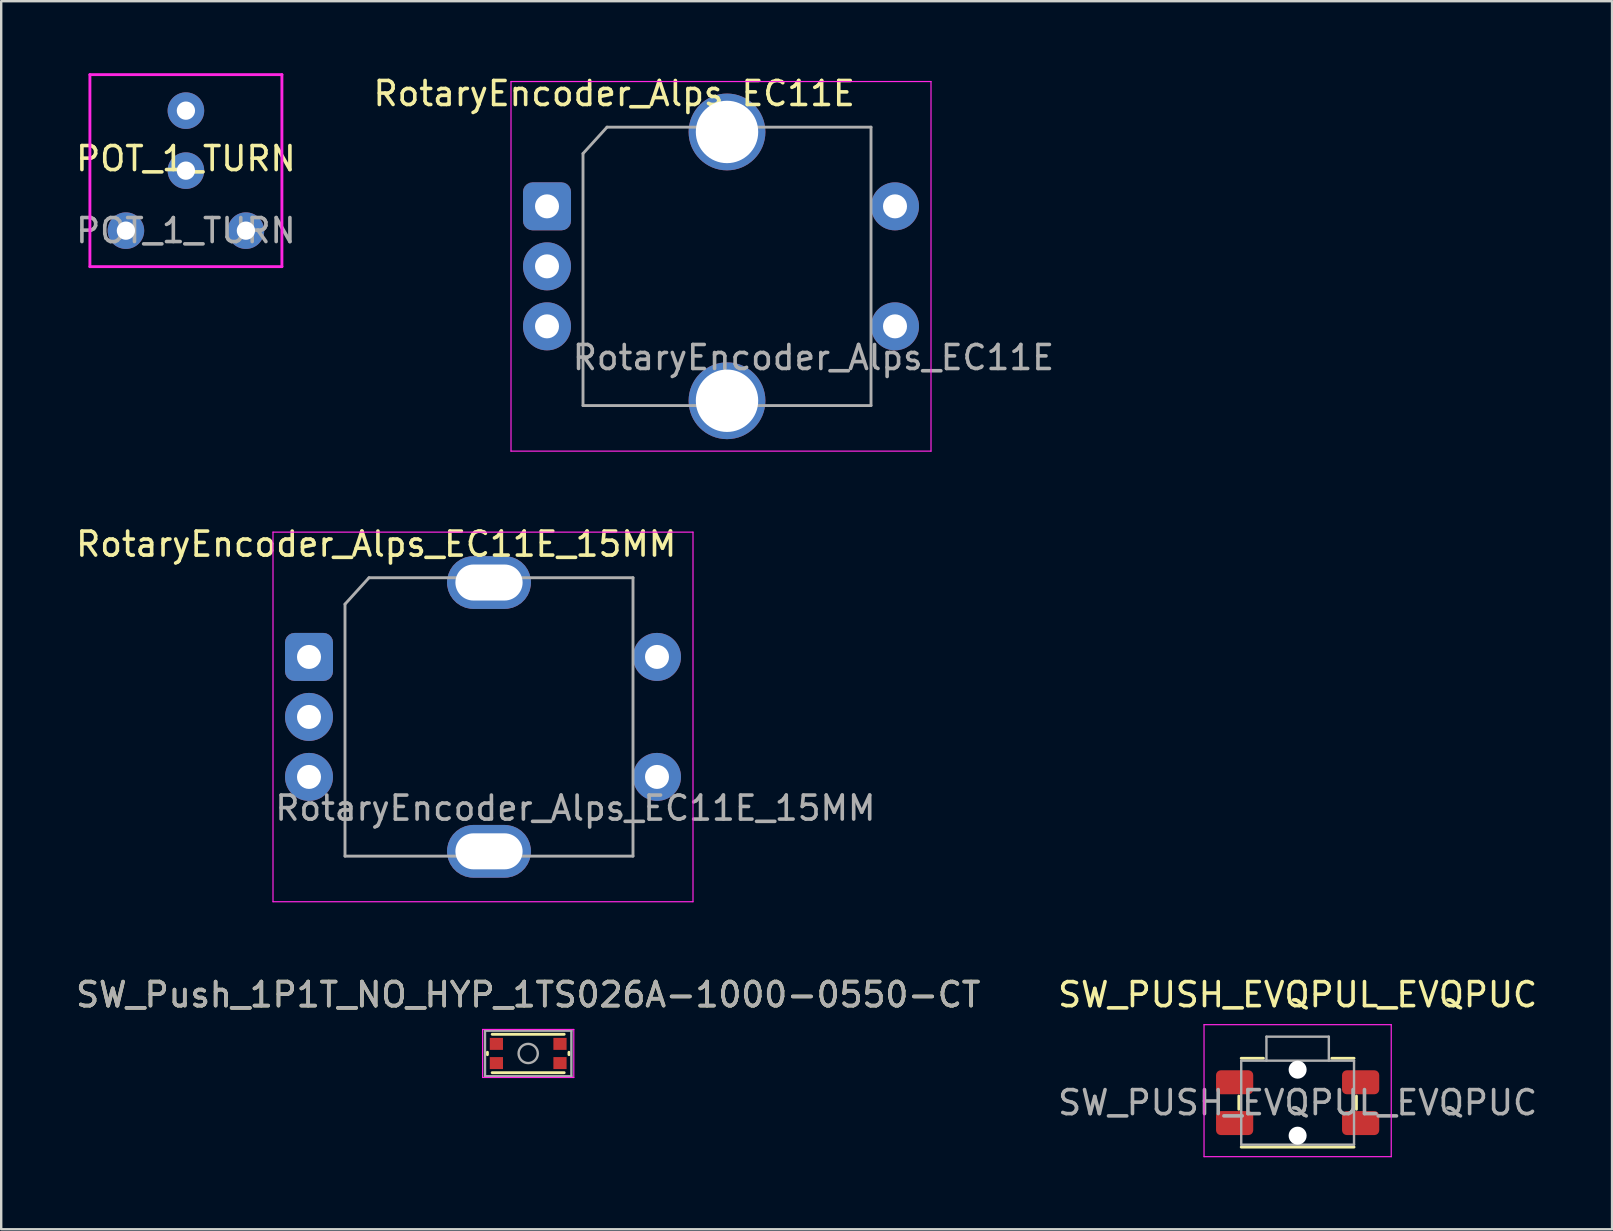
<source format=kicad_pcb>
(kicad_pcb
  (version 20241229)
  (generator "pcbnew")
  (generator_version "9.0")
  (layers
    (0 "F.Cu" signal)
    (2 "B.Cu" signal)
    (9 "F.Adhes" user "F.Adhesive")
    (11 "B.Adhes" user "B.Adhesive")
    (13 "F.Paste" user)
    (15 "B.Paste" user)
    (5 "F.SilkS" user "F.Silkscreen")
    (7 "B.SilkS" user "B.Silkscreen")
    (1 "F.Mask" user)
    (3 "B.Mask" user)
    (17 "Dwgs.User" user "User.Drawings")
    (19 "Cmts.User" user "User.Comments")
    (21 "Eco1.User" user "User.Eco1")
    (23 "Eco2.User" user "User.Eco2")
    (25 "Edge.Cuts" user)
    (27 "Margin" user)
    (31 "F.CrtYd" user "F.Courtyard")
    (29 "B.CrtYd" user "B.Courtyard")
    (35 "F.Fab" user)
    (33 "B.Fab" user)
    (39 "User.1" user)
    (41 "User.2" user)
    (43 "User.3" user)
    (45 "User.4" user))
  (footprint "SW_Push_1P1T_NO_HYP_1TS026A-1000-0550-CT"
    (layer "F.Cu")
    (at 18.958 40.845)
    (property "Reference" "SW_Push_1P1T_NO_HYP_1TS026A-1000-0550-CT" (at 0 -2.45 0) (layer "F.SilkS") (effects (font (size 1 1) (thickness 0.15))))
    (attr smd)
    (fp_line (start -1.7 0.05) (end -1.7 -0.05) (stroke (width 0.12) (type solid)) (layer "F.SilkS"))
    (fp_line (start -1.5 -0.8) (end 1.5 -0.8) (stroke (width 0.12) (type solid)) (layer "F.SilkS"))
    (fp_line (start -1.5 0.8) (end 1.5 0.8) (stroke (width 0.12) (type solid)) (layer "F.SilkS"))
    (fp_line (start 1.7 0.05) (end 1.7 -0.05) (stroke (width 0.12) (type solid)) (layer "F.SilkS"))
    (fp_line (start -1.9 -1) (end 1.9 -1) (stroke (width 0.05) (type solid)) (layer "F.CrtYd"))
    (fp_line (start -1.9 1) (end -1.9 -1) (stroke (width 0.05) (type solid)) (layer "F.CrtYd"))
    (fp_line (start 1.9 -1) (end 1.9 1) (stroke (width 0.05) (type solid)) (layer "F.CrtYd"))
    (fp_line (start 1.9 1) (end -1.9 1) (stroke (width 0.05) (type solid)) (layer "F.CrtYd"))
    (fp_line (start -1.8 -0.95) (end 1.8 -0.95) (stroke (width 0.1) (type solid)) (layer "F.Fab"))
    (fp_line (start -1.8 0.95) (end -1.8 -0.95) (stroke (width 0.1) (type solid)) (layer "F.Fab"))
    (fp_line (start -1.8 0.95) (end 1.8 0.95) (stroke (width 0.1) (type solid)) (layer "F.Fab"))
    (fp_line (start 1.8 -0.95) (end 1.8 0.95) (stroke (width 0.1) (type solid)) (layer "F.Fab"))
    (fp_circle (center 0 0) (end 0.4 0) (stroke (width 0.1) (type solid)) (fill no) (layer "F.Fab"))
    (fp_text user "${REFERENCE}" (at 0 -2.45 0) (layer "F.Fab") (effects (font (size 1 1) (thickness 0.15))))
    (pad "1" smd rect (at -1.325 -0.4) (size 0.55 0.5) (layers "F.Cu" "F.Mask" "F.Paste"))
    (pad "1" smd rect (at -1.325 0.4) (size 0.55 0.5) (layers "F.Cu" "F.Mask" "F.Paste"))
    (pad "2" smd rect (at 1.325 -0.4) (size 0.55 0.5) (layers "F.Cu" "F.Mask" "F.Paste"))
    (pad "2" smd rect (at 1.325 0.4) (size 0.55 0.5) (layers "F.Cu" "F.Mask" "F.Paste")))
  (footprint "RotaryEncoder_Alps_EC11E"
    (layer "F.Cu")
    (at 19.742 5.548)
    (property "Reference" "RotaryEncoder_Alps_EC11E" (at 2.8 -4.7 0) (layer "F.SilkS") (effects (font (size 1 1) (thickness 0.15))))
    (fp_line (start -1.5 -5.2) (end -1.5 10.2) (stroke (width 0.05) (type solid)) (layer "F.CrtYd"))
    (fp_line (start -1.5 -5.2) (end 16 -5.2) (stroke (width 0.05) (type solid)) (layer "F.CrtYd"))
    (fp_line (start 16 10.2) (end -1.5 10.2) (stroke (width 0.05) (type solid)) (layer "F.CrtYd"))
    (fp_line (start 16 10.2) (end 16 -5.2) (stroke (width 0.05) (type solid)) (layer "F.CrtYd"))
    (fp_line (start 1.5 -2.2) (end 2.5 -3.3) (stroke (width 0.12) (type solid)) (layer "F.Fab"))
    (fp_line (start 1.5 8.3) (end 1.5 -2.2) (stroke (width 0.12) (type solid)) (layer "F.Fab"))
    (fp_line (start 2.5 -3.3) (end 13.5 -3.3) (stroke (width 0.12) (type solid)) (layer "F.Fab"))
    (fp_line (start 13.5 -3.3) (end 13.5 8.3) (stroke (width 0.12) (type solid)) (layer "F.Fab"))
    (fp_line (start 13.5 8.3) (end 1.5 8.3) (stroke (width 0.12) (type solid)) (layer "F.Fab"))
    (fp_text user "${REFERENCE}" (at 11.1 6.3 0) (layer "F.Fab") (effects (font (size 1 1) (thickness 0.15))))
    (pad "A" thru_hole roundrect (at 0 0) (size 2 2) (drill 1) (layers "*.Cu" "*.Mask") (roundrect_rratio 0.2))
    (pad "B" thru_hole circle (at 0 5) (size 2 2) (drill 1) (layers "*.Cu" "*.Mask"))
    (pad "C" thru_hole circle (at 0 2.5) (size 2 2) (drill 1) (layers "*.Cu" "*.Mask"))
    (pad "MP" thru_hole circle (at 7.5 -3.1) (size 3.2 3.2) (drill 2.6) (layers "*.Cu" "*.Mask"))
    (pad "MP" thru_hole circle (at 7.5 8.1) (size 3.2 3.2) (drill 2.6) (layers "*.Cu" "*.Mask"))
    (pad "S1" thru_hole circle (at 14.5 5) (size 2 2) (drill 1) (layers "*.Cu" "*.Mask"))
    (pad "S2" thru_hole circle (at 14.5 0) (size 2 2) (drill 1) (layers "*.Cu" "*.Mask")))
  (footprint "POT_1_TURN"
    (layer "F.Cu")
    (at 4.696 4.06)
    (property "Reference" "POT_1_TURN" (at 0 -0.5 0) (unlocked yes) (layer "F.SilkS") (effects (font (size 1 1) (thickness 0.15))))
    (attr through_hole)
    (fp_line (start -4 -4) (end 4 -4) (stroke (width 0.12) (type solid)) (layer "F.CrtYd"))
    (fp_line (start -4 4) (end -4 -4) (stroke (width 0.12) (type solid)) (layer "F.CrtYd"))
    (fp_line (start 4 -4) (end 4 4) (stroke (width 0.12) (type solid)) (layer "F.CrtYd"))
    (fp_line (start 4 4) (end -4 4) (stroke (width 0.12) (type solid)) (layer "F.CrtYd"))
    (fp_text user "${REFERENCE}" (at 0 2.5 0) (unlocked yes) (layer "F.Fab") (effects (font (size 1 1) (thickness 0.15))))
    (pad "1" thru_hole circle (at -2.5 2.5) (size 1.524 1.524) (drill 0.762) (layers "*.Cu" "*.Mask"))
    (pad "2" thru_hole circle (at 0 -2.5) (size 1.524 1.524) (drill 0.762) (layers "*.Cu" "*.Mask"))
    (pad "2" thru_hole circle (at 0 0) (size 1.524 1.524) (drill 0.762) (layers "*.Cu" "*.Mask"))
    (pad "3" thru_hole circle (at 2.5 2.5) (size 1.524 1.524) (drill 0.762) (layers "*.Cu" "*.Mask")))
  (footprint "SW_PUSH_EVQPUL_EVQPUC"
    (layer "F.Cu")
    (at 51.018 42.895)
    (property "Reference" "SW_PUSH_EVQPUL_EVQPUC" (at 0 -4.5 0) (layer "F.SilkS") (effects (font (size 1 1) (thickness 0.15))))
    (attr smd)
    (fp_line (start -2.45 0.275) (end -2.45 -0.275) (stroke (width 0.12) (type solid)) (layer "F.SilkS"))
    (fp_line (start -1.425 -1.85) (end -2.35 -1.85) (stroke (width 0.12) (type solid)) (layer "F.SilkS"))
    (fp_line (start 2.35 -1.85) (end 1.425 -1.85) (stroke (width 0.12) (type solid)) (layer "F.SilkS"))
    (fp_line (start 2.35 1.85) (end -2.35 1.85) (stroke (width 0.12) (type solid)) (layer "F.SilkS"))
    (fp_line (start 2.45 0.275) (end 2.45 -0.275) (stroke (width 0.12) (type solid)) (layer "F.SilkS"))
    (fp_line (start -3.9 2.25) (end -3.9 -3.25) (stroke (width 0.05) (type solid)) (layer "F.CrtYd"))
    (fp_line (start 3.9 -3.25) (end -3.9 -3.25) (stroke (width 0.05) (type solid)) (layer "F.CrtYd"))
    (fp_line (start 3.9 2.25) (end -3.9 2.25) (stroke (width 0.05) (type solid)) (layer "F.CrtYd"))
    (fp_line (start 3.9 2.25) (end 3.9 -3.25) (stroke (width 0.05) (type solid)) (layer "F.CrtYd"))
    (fp_line (start -2.35 1.75) (end -2.35 -1.75) (stroke (width 0.1) (type solid)) (layer "F.Fab"))
    (fp_line (start -1.3 -2.75) (end -1.3 -1.75) (stroke (width 0.1) (type solid)) (layer "F.Fab"))
    (fp_line (start 1.3 -2.75) (end -1.3 -2.75) (stroke (width 0.1) (type solid)) (layer "F.Fab"))
    (fp_line (start 1.3 -2.75) (end 1.3 -1.75) (stroke (width 0.1) (type solid)) (layer "F.Fab"))
    (fp_line (start 2.35 -1.75) (end -2.35 -1.75) (stroke (width 0.1) (type solid)) (layer "F.Fab"))
    (fp_line (start 2.35 1.75) (end -2.35 1.75) (stroke (width 0.1) (type solid)) (layer "F.Fab"))
    (fp_line (start 2.35 1.75) (end 2.35 -1.75) (stroke (width 0.1) (type solid)) (layer "F.Fab"))
    (fp_text user "${REFERENCE}" (at 0 0 0) (layer "F.Fab") (effects (font (size 1 1) (thickness 0.15))))
    (pad "" np_thru_hole circle (at 0 -1.375 180) (size 0.75 0.75) (drill 0.75) (layers "*.Cu" "*.Mask"))
    (pad "" np_thru_hole circle (at 0 1.375 180) (size 0.75 0.75) (drill 0.75) (layers "*.Cu" "*.Mask"))
    (pad "1" smd roundrect (at -2.625 -0.85 180) (size 1.55 1) (layers "F.Cu" "F.Mask" "F.Paste") (roundrect_rratio 0.2))
    (pad "1" smd roundrect (at 2.625 -0.85 180) (size 1.55 1) (layers "F.Cu" "F.Mask" "F.Paste") (roundrect_rratio 0.2))
    (pad "2" smd roundrect (at -2.625 0.85 180) (size 1.55 1) (layers "F.Cu" "F.Mask" "F.Paste") (roundrect_rratio 0.2))
    (pad "2" smd roundrect (at 2.625 0.85 180) (size 1.55 1) (layers "F.Cu" "F.Mask" "F.Paste") (roundrect_rratio 0.2)))
  (footprint "RotaryEncoder_Alps_EC11E_15MM"
    (layer "F.Cu")
    (at 9.825 24.322)
    (property "Reference" "RotaryEncoder_Alps_EC11E_15MM" (at 2.8 -4.7 0) (layer "F.SilkS") (effects (font (size 1 1) (thickness 0.15))))
    (fp_line (start -1.5 -5.2) (end -1.5 10.2) (stroke (width 0.05) (type solid)) (layer "F.CrtYd"))
    (fp_line (start -1.5 -5.2) (end 16 -5.2) (stroke (width 0.05) (type solid)) (layer "F.CrtYd"))
    (fp_line (start 16 10.2) (end -1.5 10.2) (stroke (width 0.05) (type solid)) (layer "F.CrtYd"))
    (fp_line (start 16 10.2) (end 16 -5.2) (stroke (width 0.05) (type solid)) (layer "F.CrtYd"))
    (fp_line (start 1.5 -2.2) (end 2.5 -3.3) (stroke (width 0.12) (type solid)) (layer "F.Fab"))
    (fp_line (start 1.5 8.3) (end 1.5 -2.2) (stroke (width 0.12) (type solid)) (layer "F.Fab"))
    (fp_line (start 2.5 -3.3) (end 13.5 -3.3) (stroke (width 0.12) (type solid)) (layer "F.Fab"))
    (fp_line (start 13.5 -3.3) (end 13.5 8.3) (stroke (width 0.12) (type solid)) (layer "F.Fab"))
    (fp_line (start 13.5 8.3) (end 1.5 8.3) (stroke (width 0.12) (type solid)) (layer "F.Fab"))
    (fp_text user "${REFERENCE}" (at 11.1 6.3 0) (layer "F.Fab") (effects (font (size 1 1) (thickness 0.15))))
    (pad "A" thru_hole roundrect (at 0 0) (size 2 2) (drill 1) (layers "*.Cu" "*.Mask") (roundrect_rratio 0.2))
    (pad "B" thru_hole circle (at 0 5) (size 2 2) (drill 1) (layers "*.Cu" "*.Mask"))
    (pad "C" thru_hole circle (at 0 2.5) (size 2 2) (drill 1) (layers "*.Cu" "*.Mask"))
    (pad "MP" thru_hole roundrect (at 7.5 -3.1) (size 3.5 2.2) (drill oval 2.8 1.5) (layers "*.Cu" "*.Mask") (roundrect_rratio 0.5))
    (pad "MP" thru_hole roundrect (at 7.5 8.1) (size 3.5 2.2) (drill oval 2.8 1.5) (layers "*.Cu" "*.Mask") (roundrect_rratio 0.5))
    (pad "S1" thru_hole circle (at 14.5 5) (size 2 2) (drill 1) (layers "*.Cu" "*.Mask"))
    (pad "S2" thru_hole circle (at 14.5 0) (size 2 2) (drill 1) (layers "*.Cu" "*.Mask")))
  (gr_rect
    (start -3 -3)
    (end 64.119 48.17)
    (stroke (width 0.1) (type default))
    (fill no)
    (layer "Edge.Cuts")))
</source>
